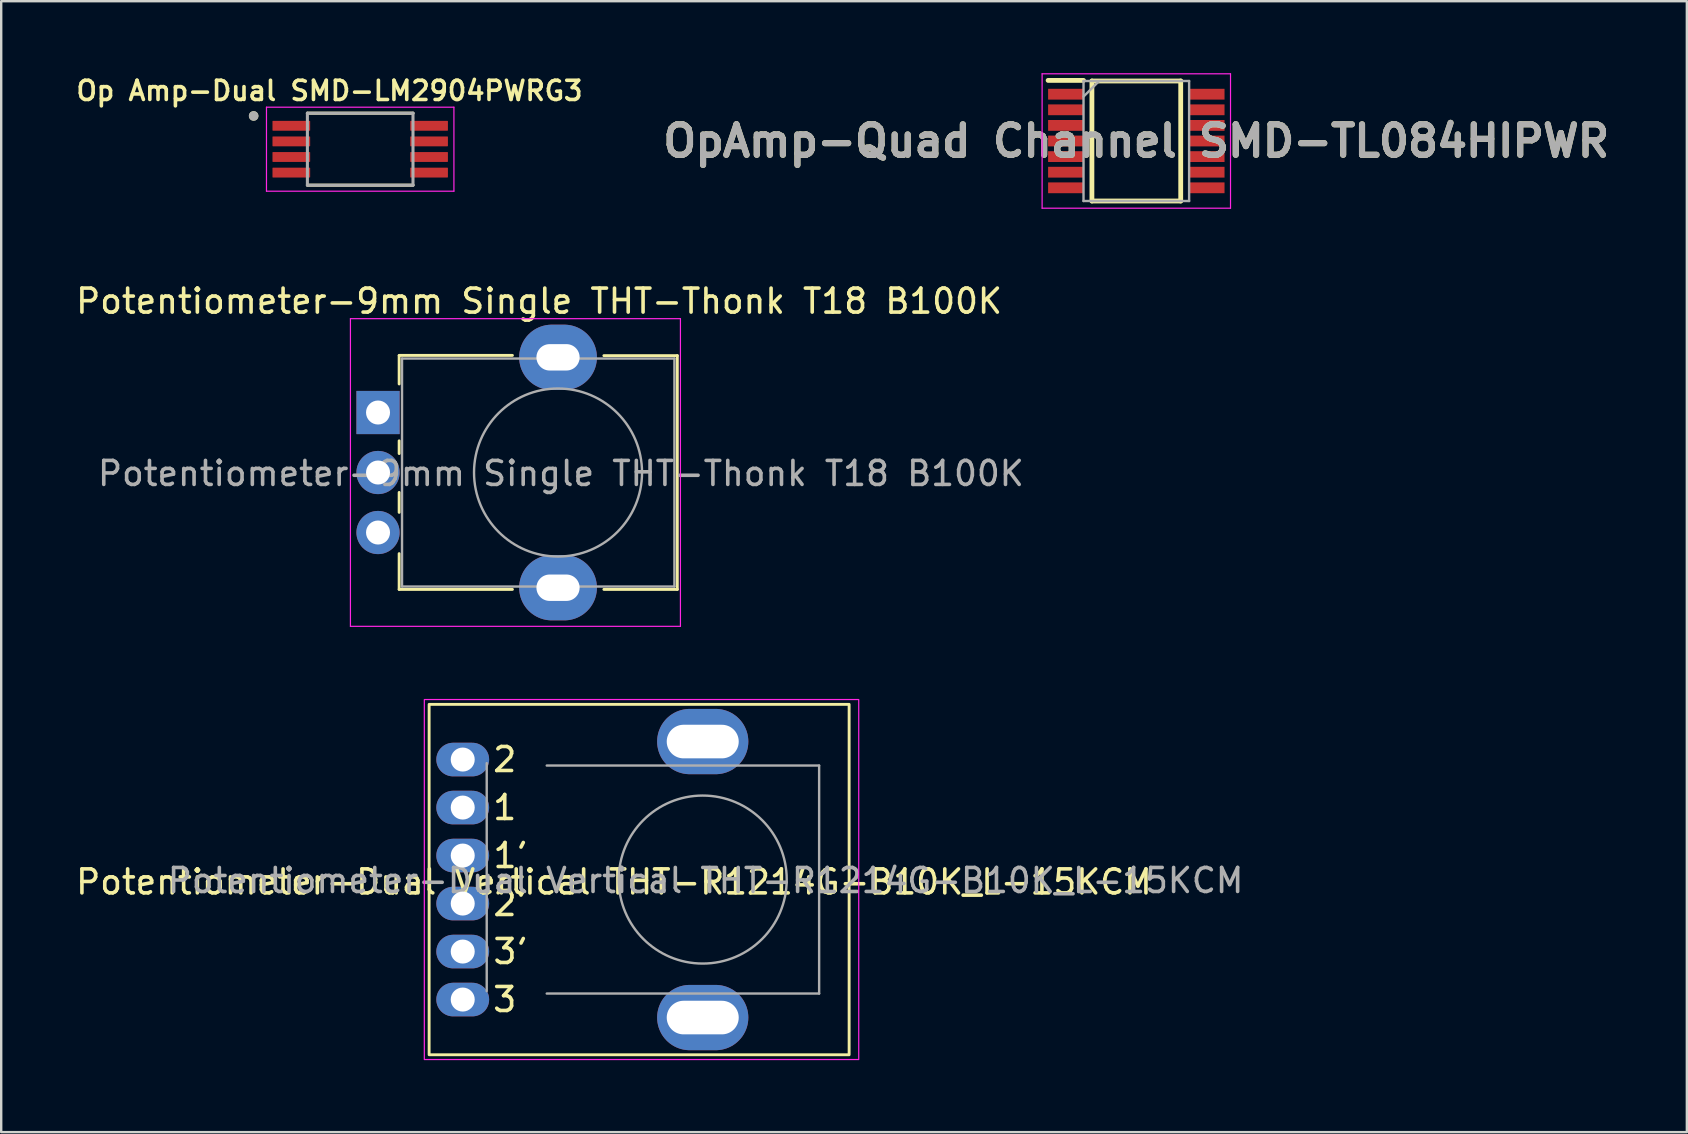
<source format=kicad_pcb>
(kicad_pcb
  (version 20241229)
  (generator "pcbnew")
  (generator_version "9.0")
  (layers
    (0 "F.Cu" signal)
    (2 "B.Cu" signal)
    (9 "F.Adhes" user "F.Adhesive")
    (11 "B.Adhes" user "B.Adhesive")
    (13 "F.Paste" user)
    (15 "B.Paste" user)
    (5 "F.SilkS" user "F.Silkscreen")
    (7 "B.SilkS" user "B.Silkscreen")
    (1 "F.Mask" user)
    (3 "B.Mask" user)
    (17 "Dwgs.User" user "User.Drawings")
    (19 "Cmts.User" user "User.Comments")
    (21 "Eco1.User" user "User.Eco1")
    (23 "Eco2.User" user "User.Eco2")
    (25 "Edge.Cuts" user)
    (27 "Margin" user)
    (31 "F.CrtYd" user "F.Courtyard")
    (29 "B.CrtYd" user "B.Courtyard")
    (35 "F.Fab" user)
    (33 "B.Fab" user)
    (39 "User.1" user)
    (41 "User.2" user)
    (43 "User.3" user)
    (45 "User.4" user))
  (footprint "Op Amp-Dual SMD-LM2904PWRG3"
    (layer "F.Cu")
    (at 11.958 3.166)
    (property "Reference" "Op Amp-Dual SMD-LM2904PWRG3" (at -1.28 -2.435 0) (layer "F.SilkS") (effects (font (size 0.8 0.8) (thickness 0.15))))
    (attr smd)
    (fp_line (start -2.2 -1.5) (end 2.2 -1.5) (stroke (width 0.127) (type solid)) (layer "F.SilkS"))
    (fp_line (start -2.2 1.5) (end 2.2 1.5) (stroke (width 0.127) (type solid)) (layer "F.SilkS"))
    (fp_circle (center -4.44 -1.385) (end -4.34 -1.385) (stroke (width 0.2) (type solid)) (fill no) (layer "F.SilkS"))
    (fp_line (start -3.905 -1.75) (end -3.905 1.75) (stroke (width 0.05) (type solid)) (layer "F.CrtYd"))
    (fp_line (start -3.905 -1.75) (end 3.905 -1.75) (stroke (width 0.05) (type solid)) (layer "F.CrtYd"))
    (fp_line (start -3.905 1.75) (end 3.905 1.75) (stroke (width 0.05) (type solid)) (layer "F.CrtYd"))
    (fp_line (start 3.905 -1.75) (end 3.905 1.75) (stroke (width 0.05) (type solid)) (layer "F.CrtYd"))
    (fp_line (start -2.2 -1.5) (end -2.2 1.5) (stroke (width 0.127) (type solid)) (layer "F.Fab"))
    (fp_line (start -2.2 -1.5) (end 2.2 -1.5) (stroke (width 0.127) (type solid)) (layer "F.Fab"))
    (fp_line (start -2.2 1.5) (end 2.2 1.5) (stroke (width 0.127) (type solid)) (layer "F.Fab"))
    (fp_line (start 2.2 -1.5) (end 2.2 1.5) (stroke (width 0.127) (type solid)) (layer "F.Fab"))
    (fp_circle (center -4.44 -1.385) (end -4.34 -1.385) (stroke (width 0.2) (type solid)) (fill no) (layer "F.Fab"))
    (pad "1" smd roundrect (at -2.87 -0.975) (size 1.57 0.41) (layers "F.Cu" "F.Mask" "F.Paste") (roundrect_rratio 0.05))
    (pad "2" smd roundrect (at -2.87 -0.325) (size 1.57 0.41) (layers "F.Cu" "F.Mask" "F.Paste") (roundrect_rratio 0.05))
    (pad "3" smd roundrect (at -2.87 0.325) (size 1.57 0.41) (layers "F.Cu" "F.Mask" "F.Paste") (roundrect_rratio 0.05))
    (pad "4" smd roundrect (at -2.87 0.975) (size 1.57 0.41) (layers "F.Cu" "F.Mask" "F.Paste") (roundrect_rratio 0.05))
    (pad "5" smd roundrect (at 2.87 0.975) (size 1.57 0.41) (layers "F.Cu" "F.Mask" "F.Paste") (roundrect_rratio 0.05))
    (pad "6" smd roundrect (at 2.87 0.325) (size 1.57 0.41) (layers "F.Cu" "F.Mask" "F.Paste") (roundrect_rratio 0.05))
    (pad "7" smd roundrect (at 2.87 -0.325) (size 1.57 0.41) (layers "F.Cu" "F.Mask" "F.Paste") (roundrect_rratio 0.05))
    (pad "8" smd roundrect (at 2.87 -0.975) (size 1.57 0.41) (layers "F.Cu" "F.Mask" "F.Paste") (roundrect_rratio 0.05)))
  (footprint "Potentiometer-Dual Vertical THT-R1214G-B10K_L-15KCM"
    (layer "F.Cu")
    (at 18.73 31.098)
    (property "Reference" "Potentiometer-Dual Vertical THT-R1214G-B10K_L-15KCM" (at 3.8 2.6 180) (layer "F.SilkS") (effects (font (size 1 1) (thickness 0.15))))
    (attr through_hole)
    (fp_rect (start -3.9 -4.8) (end 13.6 9.8) (stroke (width 0.12) (type solid)) (fill no) (layer "F.SilkS"))
    (fp_rect (start -4.1 -5) (end 14 10) (stroke (width 0.05) (type solid)) (fill no) (layer "F.CrtYd"))
    (fp_line (start -1.5 7.15) (end -1.5 -2.35) (stroke (width 0.1) (type solid)) (layer "F.Fab"))
    (fp_line (start 1 -2.25) (end 12.35 -2.25) (stroke (width 0.1) (type solid)) (layer "F.Fab"))
    (fp_line (start 1 7.25) (end 12.35 7.25) (stroke (width 0.1) (type solid)) (layer "F.Fab"))
    (fp_line (start 12.35 7.25) (end 12.35 -2.25) (stroke (width 0.1) (type solid)) (layer "F.Fab"))
    (fp_circle (center 7.5 2.5) (end 7.5 -1) (stroke (width 0.1) (type solid)) (fill no) (layer "F.Fab"))
    (fp_text user "2" (at -0.75 -2.5 0) (unlocked yes) (layer "F.SilkS") (effects (font (size 1 1) (thickness 0.15))))
    (fp_text user "3" (at -0.75 7.5 0) (unlocked yes) (layer "F.SilkS") (effects (font (size 1 1) (thickness 0.15))))
    (fp_text user "1" (at -0.75 -0.5 0) (unlocked yes) (layer "F.SilkS") (effects (font (size 1 1) (thickness 0.15))))
    (fp_text user "1'" (at -0.5 1.5 0) (unlocked yes) (layer "F.SilkS") (effects (font (size 1 1) (thickness 0.15))))
    (fp_text user "2'" (at -0.5 3.5 0) (unlocked yes) (layer "F.SilkS") (effects (font (size 1 1) (thickness 0.15))))
    (fp_text user "3'" (at -0.5 5.5 0) (unlocked yes) (layer "F.SilkS") (effects (font (size 1 1) (thickness 0.15))))
    (fp_text user "${REFERENCE}" (at 7.62 2.54 0) (layer "F.Fab") (effects (font (size 1 1) (thickness 0.15))))
    (pad "" thru_hole oval (at 7.5 -3.25 90) (size 2.72 3.8) (drill oval 1.4 3) (layers "*.Cu" "*.Mask"))
    (pad "" thru_hole oval (at 7.5 8.25 90) (size 2.72 3.8) (drill oval 1.4 3) (layers "*.Cu" "*.Mask"))
    (pad "1" thru_hole oval (at -2.5 -0.5 90) (size 1.4 2.2) (drill 1) (layers "*.Cu" "*.Mask"))
    (pad "1'" thru_hole oval (at -2.5 1.5 90) (size 1.4 2.2) (drill 1) (layers "*.Cu" "*.Mask"))
    (pad "2" thru_hole oval (at -2.5 -2.5 90) (size 1.4 2.2) (drill 1) (layers "*.Cu" "*.Mask"))
    (pad "2'" thru_hole oval (at -2.5 3.5 90) (size 1.4 2.2) (drill 1) (layers "*.Cu" "*.Mask"))
    (pad "3" thru_hole oval (at -2.5 7.5 90) (size 1.4 2.2) (drill 1) (layers "*.Cu" "*.Mask"))
    (pad "3'" thru_hole oval (at -2.5 5.5 90) (size 1.4 2.2) (drill 1) (layers "*.Cu" "*.Mask")))
  (footprint "OpAmp-Quad Channel SMD-TL084HIPWR"
    (layer "F.Cu")
    (at 44.296 2.825)
    (property "Reference" "OpAmp-Quad Channel SMD-TL084HIPWR" (at 0 0 0) (layer "F.SilkS") (effects (font (size 1.27 1.27) (thickness 0.254))))
    (attr smd)
    (fp_line (start -3.675 -2.525) (end -2.2 -2.525) (stroke (width 0.2) (type solid)) (layer "F.SilkS"))
    (fp_line (start -1.85 -2.5) (end 1.85 -2.5) (stroke (width 0.2) (type solid)) (layer "F.SilkS"))
    (fp_line (start -1.85 2.5) (end -1.85 -2.5) (stroke (width 0.2) (type solid)) (layer "F.SilkS"))
    (fp_line (start 1.85 -2.5) (end 1.85 2.5) (stroke (width 0.2) (type solid)) (layer "F.SilkS"))
    (fp_line (start 1.85 2.5) (end -1.85 2.5) (stroke (width 0.2) (type solid)) (layer "F.SilkS"))
    (fp_line (start -3.925 -2.8) (end 3.925 -2.8) (stroke (width 0.05) (type solid)) (layer "F.CrtYd"))
    (fp_line (start -3.925 2.8) (end -3.925 -2.8) (stroke (width 0.05) (type solid)) (layer "F.CrtYd"))
    (fp_line (start 3.925 -2.8) (end 3.925 2.8) (stroke (width 0.05) (type solid)) (layer "F.CrtYd"))
    (fp_line (start 3.925 2.8) (end -3.925 2.8) (stroke (width 0.05) (type solid)) (layer "F.CrtYd"))
    (fp_line (start -2.2 -2.5) (end 2.2 -2.5) (stroke (width 0.1) (type solid)) (layer "F.Fab"))
    (fp_line (start -2.2 -1.85) (end -1.55 -2.5) (stroke (width 0.1) (type solid)) (layer "F.Fab"))
    (fp_line (start -2.2 2.5) (end -2.2 -2.5) (stroke (width 0.1) (type solid)) (layer "F.Fab"))
    (fp_line (start 2.2 -2.5) (end 2.2 2.5) (stroke (width 0.1) (type solid)) (layer "F.Fab"))
    (fp_line (start 2.2 2.5) (end -2.2 2.5) (stroke (width 0.1) (type solid)) (layer "F.Fab"))
    (fp_text user "${REFERENCE}" (at 0 0 0) (layer "F.Fab") (effects (font (size 1.27 1.27) (thickness 0.254))))
    (pad "1" smd rect (at -2.938 -1.95 90) (size 0.45 1.475) (layers "F.Cu" "F.Mask" "F.Paste"))
    (pad "2" smd rect (at -2.938 -1.3 90) (size 0.45 1.475) (layers "F.Cu" "F.Mask" "F.Paste"))
    (pad "3" smd rect (at -2.938 -0.65 90) (size 0.45 1.475) (layers "F.Cu" "F.Mask" "F.Paste"))
    (pad "4" smd rect (at -2.938 0 90) (size 0.45 1.475) (layers "F.Cu" "F.Mask" "F.Paste"))
    (pad "5" smd rect (at -2.938 0.65 90) (size 0.45 1.475) (layers "F.Cu" "F.Mask" "F.Paste"))
    (pad "6" smd rect (at -2.938 1.3 90) (size 0.45 1.475) (layers "F.Cu" "F.Mask" "F.Paste"))
    (pad "7" smd rect (at -2.938 1.95 90) (size 0.45 1.475) (layers "F.Cu" "F.Mask" "F.Paste"))
    (pad "8" smd rect (at 2.938 1.95 90) (size 0.45 1.475) (layers "F.Cu" "F.Mask" "F.Paste"))
    (pad "9" smd rect (at 2.938 1.3 90) (size 0.45 1.475) (layers "F.Cu" "F.Mask" "F.Paste"))
    (pad "10" smd rect (at 2.938 0.65 90) (size 0.45 1.475) (layers "F.Cu" "F.Mask" "F.Paste"))
    (pad "11" smd rect (at 2.938 0 90) (size 0.45 1.475) (layers "F.Cu" "F.Mask" "F.Paste"))
    (pad "12" smd rect (at 2.938 -0.65 90) (size 0.45 1.475) (layers "F.Cu" "F.Mask" "F.Paste"))
    (pad "13" smd rect (at 2.938 -1.3 90) (size 0.45 1.475) (layers "F.Cu" "F.Mask" "F.Paste"))
    (pad "14" smd rect (at 2.938 -1.95 90) (size 0.45 1.475) (layers "F.Cu" "F.Mask" "F.Paste")))
  (footprint "Potentiometer-9mm Single THT-Thonk T18 B100K"
    (layer "F.Cu")
    (at 12.701 14.138)
    (property "Reference" "Potentiometer-9mm Single THT-Thonk T18 B100K" (at 6.71 -4.64 180) (layer "F.SilkS") (effects (font (size 1 1) (thickness 0.15))))
    (attr through_hole)
    (fp_line (start 0.88 -2.38) (end 5.6 -2.38) (stroke (width 0.12) (type solid)) (layer "F.SilkS"))
    (fp_line (start 0.88 -1.19) (end 0.88 -2.37) (stroke (width 0.12) (type solid)) (layer "F.SilkS"))
    (fp_line (start 0.88 1.71) (end 0.88 1.18) (stroke (width 0.12) (type solid)) (layer "F.SilkS"))
    (fp_line (start 0.88 4.16) (end 0.88 3.33) (stroke (width 0.12) (type solid)) (layer "F.SilkS"))
    (fp_line (start 0.88 7.37) (end 0.88 5.88) (stroke (width 0.12) (type solid)) (layer "F.SilkS"))
    (fp_line (start 0.88 7.37) (end 5.6 7.37) (stroke (width 0.12) (type solid)) (layer "F.SilkS"))
    (fp_line (start 9.41 -2.37) (end 12.47 -2.37) (stroke (width 0.12) (type solid)) (layer "F.SilkS"))
    (fp_line (start 9.41 7.37) (end 12.47 7.37) (stroke (width 0.12) (type solid)) (layer "F.SilkS"))
    (fp_line (start 12.47 7.37) (end 12.47 -2.37) (stroke (width 0.12) (type solid)) (layer "F.SilkS"))
    (fp_line (start -1.15 -3.91) (end -1.15 8.91) (stroke (width 0.05) (type solid)) (layer "F.CrtYd"))
    (fp_line (start -1.15 8.91) (end 12.6 8.91) (stroke (width 0.05) (type solid)) (layer "F.CrtYd"))
    (fp_line (start 12.6 -3.91) (end -1.15 -3.91) (stroke (width 0.05) (type solid)) (layer "F.CrtYd"))
    (fp_line (start 12.6 8.91) (end 12.6 -3.91) (stroke (width 0.05) (type solid)) (layer "F.CrtYd"))
    (fp_line (start 1 -2.25) (end 12.35 -2.25) (stroke (width 0.1) (type solid)) (layer "F.Fab"))
    (fp_line (start 1 7.25) (end 1 -2.25) (stroke (width 0.1) (type solid)) (layer "F.Fab"))
    (fp_line (start 1 7.25) (end 12.35 7.25) (stroke (width 0.1) (type solid)) (layer "F.Fab"))
    (fp_line (start 12.35 7.25) (end 12.35 -2.25) (stroke (width 0.1) (type solid)) (layer "F.Fab"))
    (fp_circle (center 7.5 2.5) (end 7.5 -1) (stroke (width 0.1) (type solid)) (fill no) (layer "F.Fab"))
    (fp_text user "${REFERENCE}" (at 7.62 2.54 0) (layer "F.Fab") (effects (font (size 1 1) (thickness 0.15))))
    (pad "" thru_hole oval (at 7.5 -2.3 90) (size 2.72 3.24) (drill oval 1.1 1.8) (layers "*.Cu" "*.Mask"))
    (pad "" thru_hole oval (at 7.5 7.3 90) (size 2.72 3.24) (drill oval 1.1 1.8) (layers "*.Cu" "*.Mask"))
    (pad "1" thru_hole rect (at 0 0 90) (size 1.8 1.8) (drill 1) (layers "*.Cu" "*.Mask"))
    (pad "2" thru_hole circle (at 0 2.5 90) (size 1.8 1.8) (drill 1) (layers "*.Cu" "*.Mask"))
    (pad "3" thru_hole circle (at 0 5 90) (size 1.8 1.8) (drill 1) (layers "*.Cu" "*.Mask")))
  (gr_rect
    (start -3 -3)
    (end 67.235 44.123)
    (stroke (width 0.1) (type default))
    (fill no)
    (layer "Edge.Cuts")))
</source>
